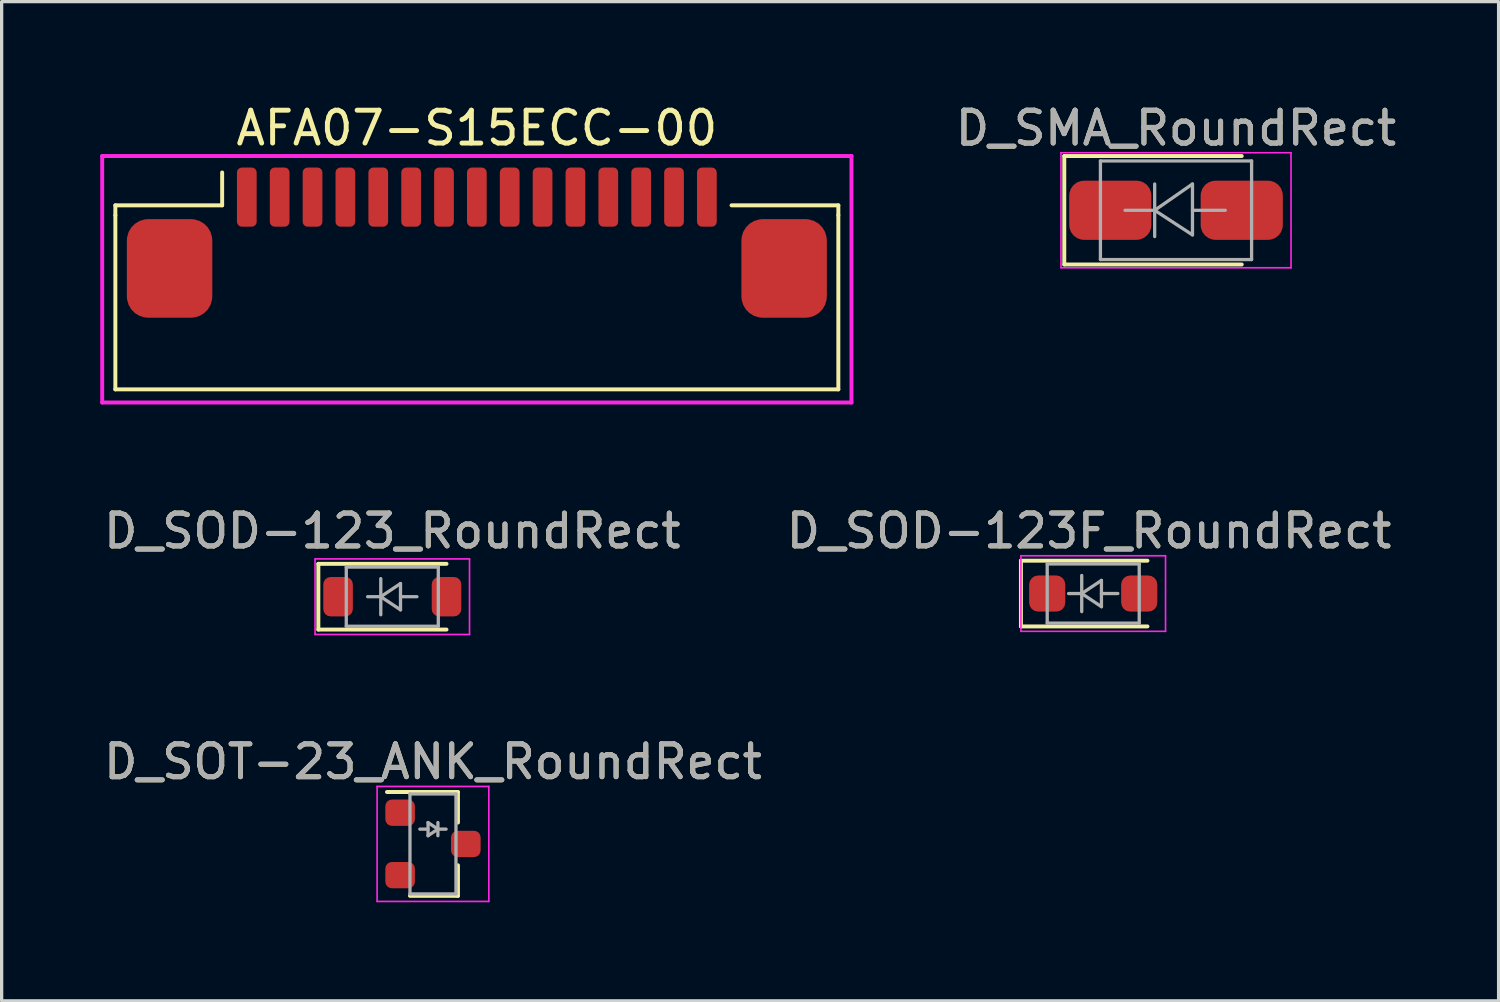
<source format=kicad_pcb>
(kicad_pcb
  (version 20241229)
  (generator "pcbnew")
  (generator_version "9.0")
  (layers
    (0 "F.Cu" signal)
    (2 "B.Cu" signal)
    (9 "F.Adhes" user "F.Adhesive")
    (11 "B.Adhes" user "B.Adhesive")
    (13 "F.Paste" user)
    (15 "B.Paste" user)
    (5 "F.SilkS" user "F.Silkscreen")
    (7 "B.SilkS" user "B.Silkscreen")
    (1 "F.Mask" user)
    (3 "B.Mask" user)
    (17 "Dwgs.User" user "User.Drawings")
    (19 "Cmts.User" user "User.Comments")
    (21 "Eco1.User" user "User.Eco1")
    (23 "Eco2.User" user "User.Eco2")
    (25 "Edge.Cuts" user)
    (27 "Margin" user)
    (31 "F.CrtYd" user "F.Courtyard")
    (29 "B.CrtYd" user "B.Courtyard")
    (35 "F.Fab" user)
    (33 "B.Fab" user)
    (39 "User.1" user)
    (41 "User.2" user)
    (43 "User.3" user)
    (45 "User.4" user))
  (footprint "D_SOD-123F_RoundRect"
    (layer "F.Cu")
    (at 30.216 15.011)
    (property "Reference" "D_SOD-123F_RoundRect" (at -0.127 -1.905 0) (layer "F.SilkS") (effects (font (size 1 1) (thickness 0.15))))
    (attr smd)
    (fp_line (start -2.2 -1) (end -2.2 1) (stroke (width 0.12) (type solid)) (layer "F.SilkS"))
    (fp_line (start -2.2 -1) (end 1.65 -1) (stroke (width 0.12) (type solid)) (layer "F.SilkS"))
    (fp_line (start -2.2 1) (end 1.65 1) (stroke (width 0.12) (type solid)) (layer "F.SilkS"))
    (fp_line (start -2.2 -1.15) (end -2.2 1.15) (stroke (width 0.05) (type solid)) (layer "F.CrtYd"))
    (fp_line (start -2.2 -1.15) (end 2.2 -1.15) (stroke (width 0.05) (type solid)) (layer "F.CrtYd"))
    (fp_line (start 2.2 -1.15) (end 2.2 1.15) (stroke (width 0.05) (type solid)) (layer "F.CrtYd"))
    (fp_line (start 2.2 1.15) (end -2.2 1.15) (stroke (width 0.05) (type solid)) (layer "F.CrtYd"))
    (fp_line (start -1.4 -0.9) (end 1.4 -0.9) (stroke (width 0.1) (type solid)) (layer "F.Fab"))
    (fp_line (start -1.4 0.9) (end -1.4 -0.9) (stroke (width 0.1) (type solid)) (layer "F.Fab"))
    (fp_line (start -0.75 0) (end -0.35 0) (stroke (width 0.1) (type solid)) (layer "F.Fab"))
    (fp_line (start -0.35 0) (end -0.35 -0.55) (stroke (width 0.1) (type solid)) (layer "F.Fab"))
    (fp_line (start -0.35 0) (end -0.35 0.55) (stroke (width 0.1) (type solid)) (layer "F.Fab"))
    (fp_line (start -0.35 0) (end 0.25 -0.4) (stroke (width 0.1) (type solid)) (layer "F.Fab"))
    (fp_line (start 0.25 -0.4) (end 0.25 0.4) (stroke (width 0.1) (type solid)) (layer "F.Fab"))
    (fp_line (start 0.25 0) (end 0.75 0) (stroke (width 0.1) (type solid)) (layer "F.Fab"))
    (fp_line (start 0.25 0.4) (end -0.35 0) (stroke (width 0.1) (type solid)) (layer "F.Fab"))
    (fp_line (start 1.4 -0.9) (end 1.4 0.9) (stroke (width 0.1) (type solid)) (layer "F.Fab"))
    (fp_line (start 1.4 0.9) (end -1.4 0.9) (stroke (width 0.1) (type solid)) (layer "F.Fab"))
    (fp_text user "${REFERENCE}" (at -0.127 -1.905 0) (layer "F.Fab") (effects (font (size 1 1) (thickness 0.15))))
    (pad "1" smd roundrect (at -1.4 0) (size 1.1 1.1) (layers "F.Cu" "F.Mask" "F.Paste") (roundrect_rratio 0.25))
    (pad "2" smd roundrect (at 1.4 0) (size 1.1 1.1) (layers "F.Cu" "F.Mask" "F.Paste") (roundrect_rratio 0.25)))
  (footprint "D_SMA_RoundRect"
    (layer "F.Cu")
    (at 32.735 3.348)
    (property "Reference" "D_SMA_RoundRect" (at 0 -2.5 0) (layer "F.SilkS") (effects (font (size 1 1) (thickness 0.15))))
    (attr smd)
    (fp_line (start -3.4 -1.65) (end -3.4 1.65) (stroke (width 0.12) (type solid)) (layer "F.SilkS"))
    (fp_line (start -3.4 -1.65) (end 2 -1.65) (stroke (width 0.12) (type solid)) (layer "F.SilkS"))
    (fp_line (start -3.4 1.65) (end 2 1.65) (stroke (width 0.12) (type solid)) (layer "F.SilkS"))
    (fp_line (start -3.5 -1.75) (end 3.5 -1.75) (stroke (width 0.05) (type solid)) (layer "F.CrtYd"))
    (fp_line (start -3.5 1.75) (end -3.5 -1.75) (stroke (width 0.05) (type solid)) (layer "F.CrtYd"))
    (fp_line (start 3.5 -1.75) (end 3.5 1.75) (stroke (width 0.05) (type solid)) (layer "F.CrtYd"))
    (fp_line (start 3.5 1.75) (end -3.5 1.75) (stroke (width 0.05) (type solid)) (layer "F.CrtYd"))
    (fp_line (start -2.3 1.5) (end -2.3 -1.5) (stroke (width 0.1) (type solid)) (layer "F.Fab"))
    (fp_line (start -0.649 -0.799) (end -0.649 0.801) (stroke (width 0.1) (type solid)) (layer "F.Fab"))
    (fp_line (start -0.649 0.001) (end -1.551 0.001) (stroke (width 0.1) (type solid)) (layer "F.Fab"))
    (fp_line (start -0.649 0.001) (end 0.501 -0.799) (stroke (width 0.1) (type solid)) (layer "F.Fab"))
    (fp_line (start -0.649 0.001) (end 0.501 0.75) (stroke (width 0.1) (type solid)) (layer "F.Fab"))
    (fp_line (start 0.501 0.001) (end 1.499 0.001) (stroke (width 0.1) (type solid)) (layer "F.Fab"))
    (fp_line (start 0.501 0.75) (end 0.501 -0.799) (stroke (width 0.1) (type solid)) (layer "F.Fab"))
    (fp_line (start 2.3 -1.5) (end -2.3 -1.5) (stroke (width 0.1) (type solid)) (layer "F.Fab"))
    (fp_line (start 2.3 -1.5) (end 2.3 1.5) (stroke (width 0.1) (type solid)) (layer "F.Fab"))
    (fp_line (start 2.3 1.5) (end -2.3 1.5) (stroke (width 0.1) (type solid)) (layer "F.Fab"))
    (fp_text user "${REFERENCE}" (at 0 -2.5 0) (layer "F.Fab") (effects (font (size 1 1) (thickness 0.15))))
    (pad "1" smd roundrect (at -2 0) (size 2.5 1.8) (layers "F.Cu" "F.Mask" "F.Paste") (roundrect_rratio 0.25))
    (pad "2" smd roundrect (at 2 0) (size 2.5 1.8) (layers "F.Cu" "F.Mask" "F.Paste") (roundrect_rratio 0.25)))
  (footprint "D_SOD-123_RoundRect"
    (layer "F.Cu")
    (at 8.887 15.107)
    (property "Reference" "D_SOD-123_RoundRect" (at 0 -2 0) (layer "F.SilkS") (effects (font (size 1 1) (thickness 0.15))))
    (attr smd)
    (fp_line (start -2.25 -1) (end -2.25 1) (stroke (width 0.12) (type solid)) (layer "F.SilkS"))
    (fp_line (start -2.25 -1) (end 1.65 -1) (stroke (width 0.12) (type solid)) (layer "F.SilkS"))
    (fp_line (start -2.25 1) (end 1.65 1) (stroke (width 0.12) (type solid)) (layer "F.SilkS"))
    (fp_line (start -2.35 -1.15) (end -2.35 1.15) (stroke (width 0.05) (type solid)) (layer "F.CrtYd"))
    (fp_line (start -2.35 -1.15) (end 2.35 -1.15) (stroke (width 0.05) (type solid)) (layer "F.CrtYd"))
    (fp_line (start 2.35 -1.15) (end 2.35 1.15) (stroke (width 0.05) (type solid)) (layer "F.CrtYd"))
    (fp_line (start 2.35 1.15) (end -2.35 1.15) (stroke (width 0.05) (type solid)) (layer "F.CrtYd"))
    (fp_line (start -1.4 -0.9) (end 1.4 -0.9) (stroke (width 0.1) (type solid)) (layer "F.Fab"))
    (fp_line (start -1.4 0.9) (end -1.4 -0.9) (stroke (width 0.1) (type solid)) (layer "F.Fab"))
    (fp_line (start -0.75 0) (end -0.35 0) (stroke (width 0.1) (type solid)) (layer "F.Fab"))
    (fp_line (start -0.35 0) (end -0.35 -0.55) (stroke (width 0.1) (type solid)) (layer "F.Fab"))
    (fp_line (start -0.35 0) (end -0.35 0.55) (stroke (width 0.1) (type solid)) (layer "F.Fab"))
    (fp_line (start -0.35 0) (end 0.25 -0.4) (stroke (width 0.1) (type solid)) (layer "F.Fab"))
    (fp_line (start 0.25 -0.4) (end 0.25 0.4) (stroke (width 0.1) (type solid)) (layer "F.Fab"))
    (fp_line (start 0.25 0) (end 0.75 0) (stroke (width 0.1) (type solid)) (layer "F.Fab"))
    (fp_line (start 0.25 0.4) (end -0.35 0) (stroke (width 0.1) (type solid)) (layer "F.Fab"))
    (fp_line (start 1.4 -0.9) (end 1.4 0.9) (stroke (width 0.1) (type solid)) (layer "F.Fab"))
    (fp_line (start 1.4 0.9) (end -1.4 0.9) (stroke (width 0.1) (type solid)) (layer "F.Fab"))
    (fp_text user "${REFERENCE}" (at 0 -2 0) (layer "F.Fab") (effects (font (size 1 1) (thickness 0.15))))
    (pad "1" smd roundrect (at -1.65 0) (size 0.9 1.2) (layers "F.Cu" "F.Mask" "F.Paste") (roundrect_rratio 0.25))
    (pad "2" smd roundrect (at 1.65 0) (size 0.9 1.2) (layers "F.Cu" "F.Mask" "F.Paste") (roundrect_rratio 0.25)))
  (footprint "AFA07-S15ECC-00"
    (layer "F.Cu")
    (at 11.46 2.948)
    (property "Reference" "AFA07-S15ECC-00" (at 0 -2.1 0) (layer "F.SilkS") (effects (font (size 1 1) (thickness 0.15))))
    (attr smd)
    (fp_line (start -11 0.25) (end -11 0.55) (stroke (width 0.12) (type solid)) (layer "F.SilkS"))
    (fp_line (start -11 0.25) (end -7.75 0.25) (stroke (width 0.12) (type solid)) (layer "F.SilkS"))
    (fp_line (start -11 5.85) (end -11 0.55) (stroke (width 0.12) (type solid)) (layer "F.SilkS"))
    (fp_line (start -11 5.85) (end 11 5.85) (stroke (width 0.12) (type solid)) (layer "F.SilkS"))
    (fp_line (start -7.75 0.25) (end -7.75 -0.75) (stroke (width 0.12) (type solid)) (layer "F.SilkS"))
    (fp_line (start 11 0.25) (end 7.75 0.25) (stroke (width 0.12) (type solid)) (layer "F.SilkS"))
    (fp_line (start 11 0.25) (end 11 0.55) (stroke (width 0.12) (type solid)) (layer "F.SilkS"))
    (fp_line (start 11 5.85) (end 11 0.55) (stroke (width 0.12) (type solid)) (layer "F.SilkS"))
    (fp_line (start -11.4 6.25) (end -11.4 -1.25) (stroke (width 0.12) (type solid)) (layer "F.CrtYd"))
    (fp_line (start -11.4 6.25) (end 11.4 6.25) (stroke (width 0.12) (type solid)) (layer "F.CrtYd"))
    (fp_line (start 11.4 -1.25) (end -11.4 -1.25) (stroke (width 0.12) (type solid)) (layer "F.CrtYd"))
    (fp_line (start 11.4 6.25) (end 11.4 -1.25) (stroke (width 0.12) (type solid)) (layer "F.CrtYd"))
    (pad "1" smd roundrect (at -7 0) (size 0.6 1.8) (layers "F.Cu" "F.Mask" "F.Paste") (roundrect_rratio 0.25))
    (pad "2" smd roundrect (at -6 0) (size 0.6 1.8) (layers "F.Cu" "F.Mask" "F.Paste") (roundrect_rratio 0.25))
    (pad "3" smd roundrect (at -5 0) (size 0.6 1.8) (layers "F.Cu" "F.Mask" "F.Paste") (roundrect_rratio 0.25))
    (pad "4" smd roundrect (at -4 0) (size 0.6 1.8) (layers "F.Cu" "F.Mask" "F.Paste") (roundrect_rratio 0.25))
    (pad "5" smd roundrect (at -3 0) (size 0.6 1.8) (layers "F.Cu" "F.Mask" "F.Paste") (roundrect_rratio 0.25))
    (pad "6" smd roundrect (at -2 0) (size 0.6 1.8) (layers "F.Cu" "F.Mask" "F.Paste") (roundrect_rratio 0.25))
    (pad "7" smd roundrect (at -1 0) (size 0.6 1.8) (layers "F.Cu" "F.Mask" "F.Paste") (roundrect_rratio 0.25))
    (pad "8" smd roundrect (at 0 0) (size 0.6 1.8) (layers "F.Cu" "F.Mask" "F.Paste") (roundrect_rratio 0.25))
    (pad "9" smd roundrect (at 1 0) (size 0.6 1.8) (layers "F.Cu" "F.Mask" "F.Paste") (roundrect_rratio 0.25))
    (pad "10" smd roundrect (at 2 0) (size 0.6 1.8) (layers "F.Cu" "F.Mask" "F.Paste") (roundrect_rratio 0.25))
    (pad "11" smd roundrect (at 3 0) (size 0.6 1.8) (layers "F.Cu" "F.Mask" "F.Paste") (roundrect_rratio 0.25))
    (pad "12" smd roundrect (at 4 0) (size 0.6 1.8) (layers "F.Cu" "F.Mask" "F.Paste") (roundrect_rratio 0.25))
    (pad "13" smd roundrect (at 5 0) (size 0.6 1.8) (layers "F.Cu" "F.Mask" "F.Paste") (roundrect_rratio 0.25))
    (pad "14" smd roundrect (at 6 0) (size 0.6 1.8) (layers "F.Cu" "F.Mask" "F.Paste") (roundrect_rratio 0.25))
    (pad "15" smd roundrect (at 7 0) (size 0.6 1.8) (layers "F.Cu" "F.Mask" "F.Paste") (roundrect_rratio 0.25))
    (pad "MP" smd roundrect (at -9.35 2.17) (size 2.6 3) (layers "F.Cu" "F.Mask" "F.Paste") (roundrect_rratio 0.25))
    (pad "MP" smd roundrect (at 9.35 2.17) (size 2.6 3) (layers "F.Cu" "F.Mask" "F.Paste") (roundrect_rratio 0.25)))
  (footprint "D_SOT-23_ANK_RoundRect"
    (layer "F.Cu")
    (at 10.125 22.63)
    (property "Reference" "D_SOT-23_ANK_RoundRect" (at 0 -2.5 0) (layer "F.SilkS") (effects (font (size 1 1) (thickness 0.15))))
    (attr smd)
    (fp_line (start 0.76 -1.58) (end -1.4 -1.58) (stroke (width 0.12) (type solid)) (layer "F.SilkS"))
    (fp_line (start 0.76 -1.58) (end 0.76 -0.65) (stroke (width 0.12) (type solid)) (layer "F.SilkS"))
    (fp_line (start 0.76 1.58) (end -0.7 1.58) (stroke (width 0.12) (type solid)) (layer "F.SilkS"))
    (fp_line (start 0.76 1.58) (end 0.76 0.65) (stroke (width 0.12) (type solid)) (layer "F.SilkS"))
    (fp_line (start -1.7 -1.75) (end 1.7 -1.75) (stroke (width 0.05) (type solid)) (layer "F.CrtYd"))
    (fp_line (start -1.7 1.75) (end -1.7 -1.75) (stroke (width 0.05) (type solid)) (layer "F.CrtYd"))
    (fp_line (start 1.7 -1.75) (end 1.7 1.75) (stroke (width 0.05) (type solid)) (layer "F.CrtYd"))
    (fp_line (start 1.7 1.75) (end -1.7 1.75) (stroke (width 0.05) (type solid)) (layer "F.CrtYd"))
    (fp_line (start -0.7 -1.52) (end -0.7 1.52) (stroke (width 0.1) (type solid)) (layer "F.Fab"))
    (fp_line (start -0.7 -1.52) (end 0.7 -1.52) (stroke (width 0.1) (type solid)) (layer "F.Fab"))
    (fp_line (start -0.7 1.52) (end 0.7 1.52) (stroke (width 0.1) (type solid)) (layer "F.Fab"))
    (fp_line (start -0.15 -0.65) (end -0.15 -0.25) (stroke (width 0.1) (type solid)) (layer "F.Fab"))
    (fp_line (start -0.15 -0.45) (end -0.4 -0.45) (stroke (width 0.1) (type solid)) (layer "F.Fab"))
    (fp_line (start -0.15 -0.25) (end 0.15 -0.45) (stroke (width 0.1) (type solid)) (layer "F.Fab"))
    (fp_line (start 0.15 -0.65) (end 0.15 -0.25) (stroke (width 0.1) (type solid)) (layer "F.Fab"))
    (fp_line (start 0.15 -0.45) (end -0.15 -0.65) (stroke (width 0.1) (type solid)) (layer "F.Fab"))
    (fp_line (start 0.15 -0.45) (end 0.4 -0.45) (stroke (width 0.1) (type solid)) (layer "F.Fab"))
    (fp_line (start 0.7 -1.52) (end 0.7 1.52) (stroke (width 0.1) (type solid)) (layer "F.Fab"))
    (fp_text user "${REFERENCE}" (at 0 -2.5 0) (layer "F.Fab") (effects (font (size 1 1) (thickness 0.15))))
    (pad "" smd roundrect (at -1 0.95) (size 0.9 0.8) (layers "F.Cu" "F.Mask" "F.Paste") (roundrect_rratio 0.25))
    (pad "1" smd roundrect (at 1 0) (size 0.9 0.8) (layers "F.Cu" "F.Mask" "F.Paste") (roundrect_rratio 0.25))
    (pad "2" smd roundrect (at -1 -0.95) (size 0.9 0.8) (layers "F.Cu" "F.Mask" "F.Paste") (roundrect_rratio 0.25)))
  (gr_rect
    (start -3 -3)
    (end 42.551 27.405)
    (stroke (width 0.1) (type default))
    (fill no)
    (layer "Edge.Cuts")))
</source>
